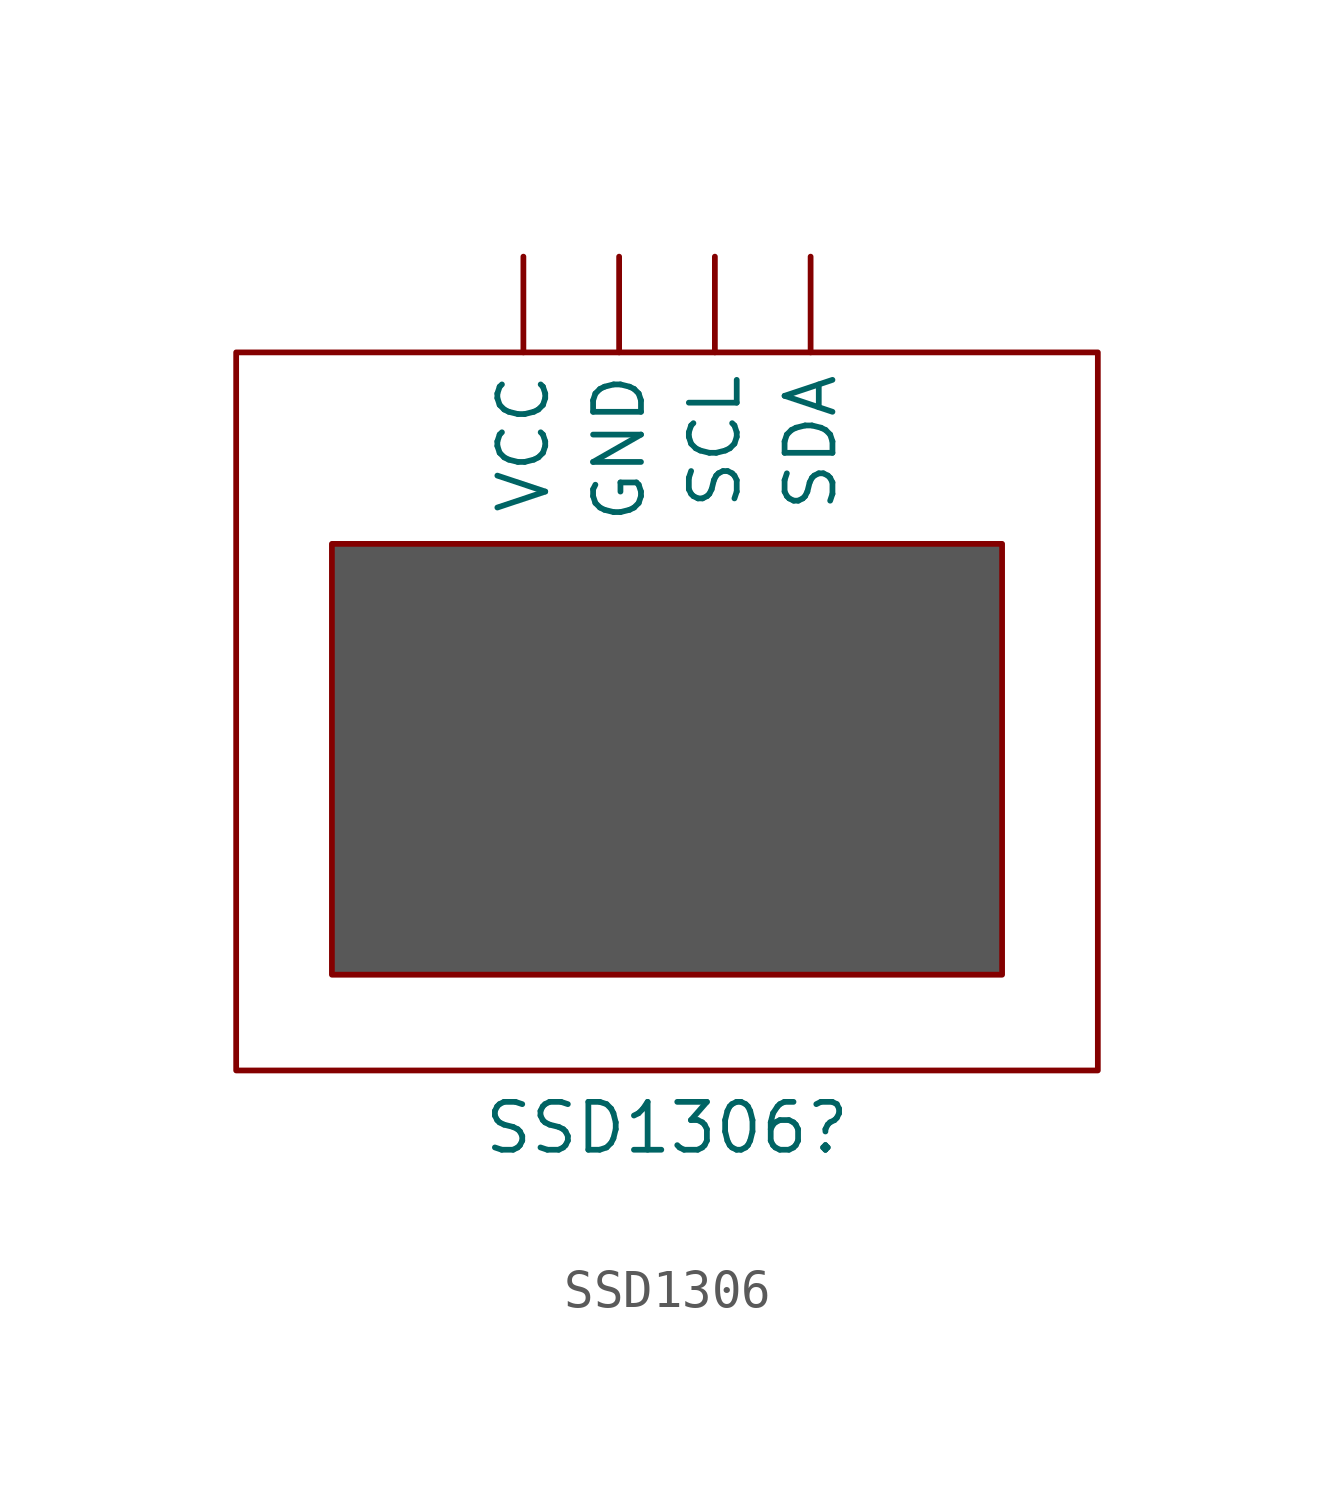
<source format=kicad_sym>
(kicad_symbol_lib
  (version 20231120)
  (generator "kicad_symbol_editor")
  (generator_version "8.0")
  (symbol "SSD1306"
    (property "Reference" "SSD1306"
      (at 0 -20.574 0)
      (effects (font (size 1.27 1.27))))
    (property "Value" ""
      (at 0 0 0)
      (effects (font (size 1.27 1.27))))
    (symbol "SSD1306_0_1"
      (rectangle (start -11.43 0) (end 11.43 -19.05) (stroke (width 0) (type default)) (fill (type none)))
      (rectangle (start -8.89 -5.08) (end 8.89 -16.51) (stroke (width 0) (type default)) (fill (type color) (color 88 88 88 1))))
    (symbol "SSD1306_1_1"
      (pin input line (at -1.27 2.54 270) (length 2.54) (name "GND" (effects (font (size 1.27 1.27)))) (number "" (effects (font (size 1.27 1.27)))))
      (pin input line (at 1.27 2.54 270) (length 2.54) (name "SCL" (effects (font (size 1.27 1.27)))) (number "" (effects (font (size 1.27 1.27)))))
      (pin input line (at 3.81 2.54 270) (length 2.54) (name "SDA" (effects (font (size 1.27 1.27)))) (number "" (effects (font (size 1.27 1.27)))))
      (pin input line (at -3.81 2.54 270) (length 2.54) (name "VCC" (effects (font (size 1.27 1.27)))) (number "" (effects (font (size 1.27 1.27))))))))
</source>
